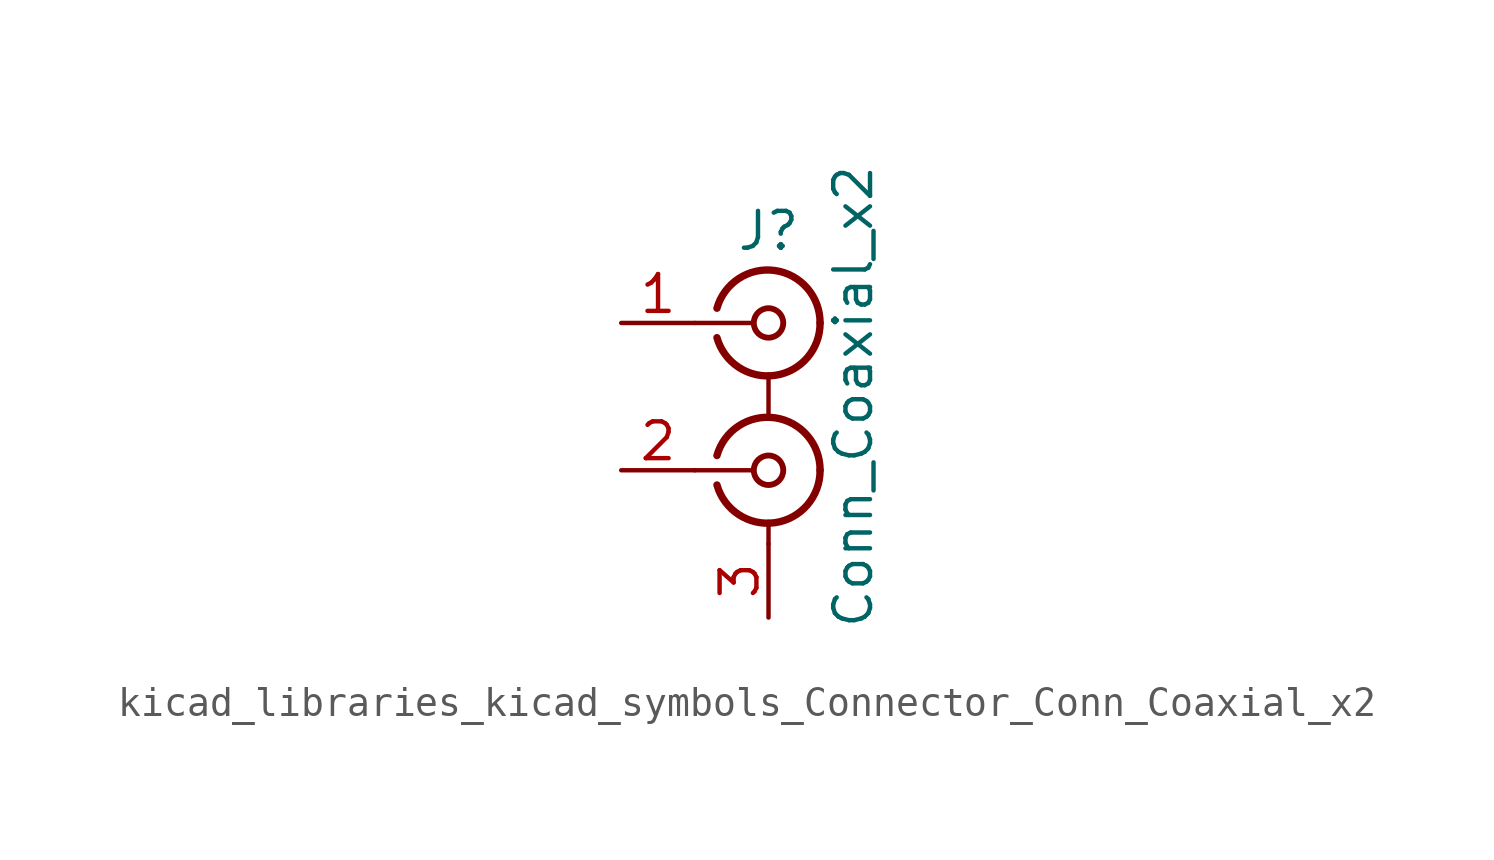
<source format=kicad_sym>
(kicad_symbol_lib
  (version 20220914)
  (generator kicad_symbol_editor)
  (symbol "kicad_libraries_kicad_symbols_Connector_Conn_Coaxial_x2"
    (pin_names
      (offset 1.016) hide)
    (property "Reference" "J"
      (at 0 5.715 0)
      (effects (font (size 1.27 1.27))))
    (property "Value" "Conn_Coaxial_x2"
      (at 2.921 0 90)
      (effects (font (size 1.27 1.27))))
    (symbol "kicad_libraries_kicad_symbols_Connector_Conn_Coaxial_x2_0_1"
      (arc (start -1.778 -3.048) (mid 0.2311 -4.3466) (end 1.778 -2.54) (stroke (width 0.254) (type default)) (fill (type none)))
      (arc (start -1.778 2.032) (mid 0.2311 0.7334) (end 1.778 2.54) (stroke (width 0.254) (type default)) (fill (type none)))
      (circle (center 0 -2.54) (radius 0.508) (stroke (width 0.203) (type default)) (fill (type none)))
      (polyline (pts (xy -2.54 -2.54) (xy -0.508 -2.54)) (stroke (width 0) (type default)) (fill (type none)))
      (polyline (pts (xy -2.54 2.54) (xy -0.508 2.54)) (stroke (width 0) (type default)) (fill (type none)))
      (polyline (pts (xy 0 -5.08) (xy 0 -4.318)) (stroke (width 0) (type default)) (fill (type none)))
      (polyline (pts (xy 0 0.762) (xy 0 -0.635)) (stroke (width 0) (type default)) (fill (type none)))
      (circle (center 0 2.54) (radius 0.508) (stroke (width 0.203) (type default)) (fill (type none)))
      (arc (start 1.778 -2.54) (mid 0.2099 -0.7299) (end -1.778 -2.032) (stroke (width 0.254) (type default)) (fill (type none)))
      (arc (start 1.778 2.54) (mid 0.2099 4.3501) (end -1.778 3.048) (stroke (width 0.254) (type default)) (fill (type none))))
    (symbol "kicad_libraries_kicad_symbols_Connector_Conn_Coaxial_x2_1_1"
      (pin passive line (at -5.08 2.54 0) (length 2.54) (name "IN1" (effects (font (size 1.27 1.27)))) (number "1" (effects (font (size 1.27 1.27)))))
      (pin passive line (at -5.08 -2.54 0) (length 2.54) (name "IN2" (effects (font (size 1.27 1.27)))) (number "2" (effects (font (size 1.27 1.27)))))
      (pin passive line (at 0 -7.62 90) (length 2.54) (name "EXT" (effects (font (size 1.27 1.27)))) (number "3" (effects (font (size 1.27 1.27))))))))
</source>
